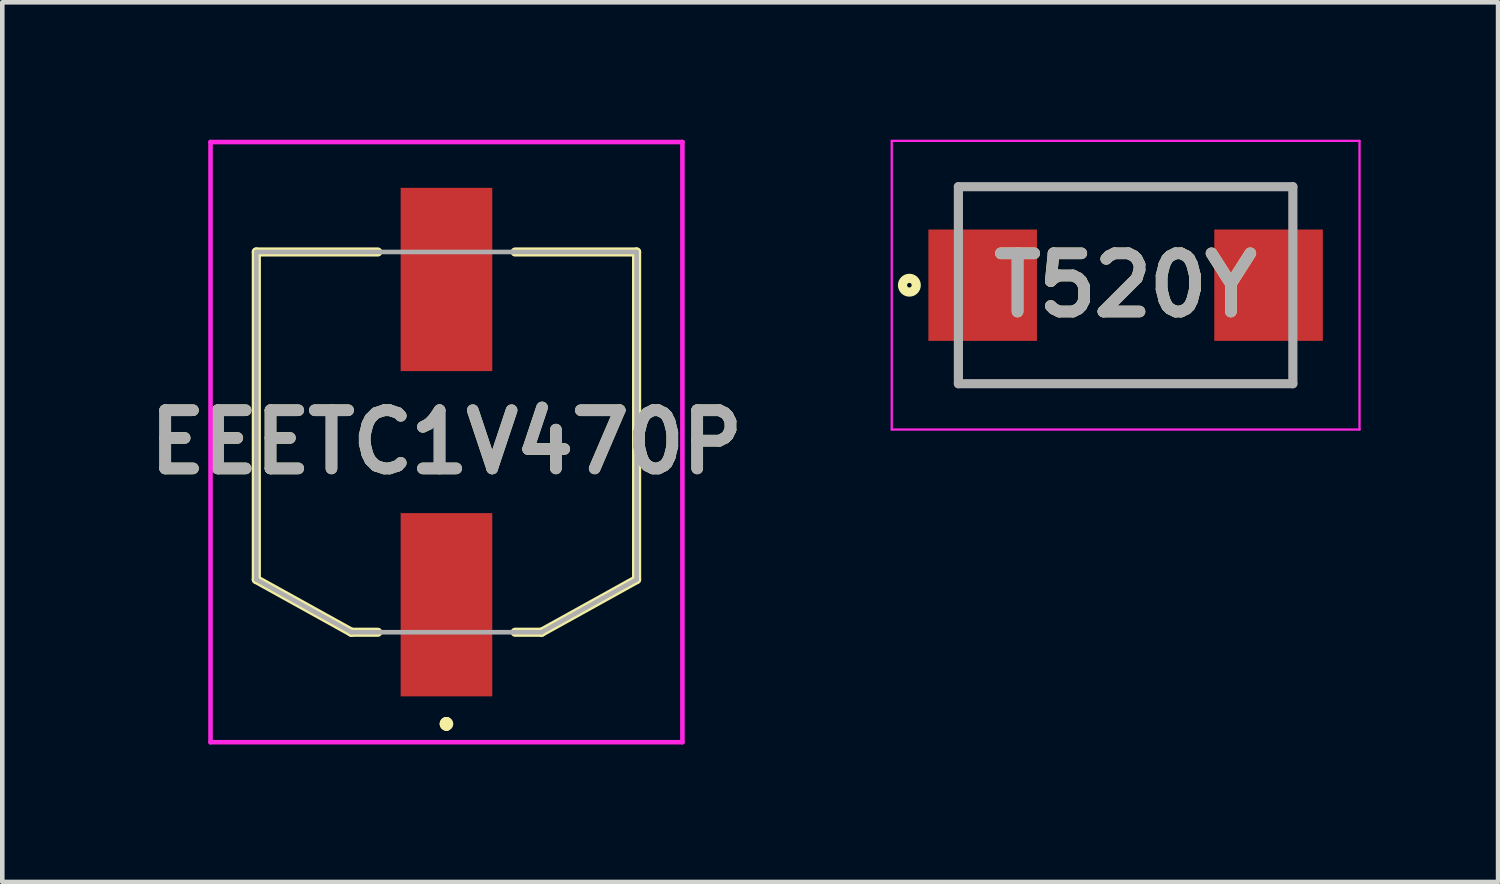
<source format=kicad_pcb>
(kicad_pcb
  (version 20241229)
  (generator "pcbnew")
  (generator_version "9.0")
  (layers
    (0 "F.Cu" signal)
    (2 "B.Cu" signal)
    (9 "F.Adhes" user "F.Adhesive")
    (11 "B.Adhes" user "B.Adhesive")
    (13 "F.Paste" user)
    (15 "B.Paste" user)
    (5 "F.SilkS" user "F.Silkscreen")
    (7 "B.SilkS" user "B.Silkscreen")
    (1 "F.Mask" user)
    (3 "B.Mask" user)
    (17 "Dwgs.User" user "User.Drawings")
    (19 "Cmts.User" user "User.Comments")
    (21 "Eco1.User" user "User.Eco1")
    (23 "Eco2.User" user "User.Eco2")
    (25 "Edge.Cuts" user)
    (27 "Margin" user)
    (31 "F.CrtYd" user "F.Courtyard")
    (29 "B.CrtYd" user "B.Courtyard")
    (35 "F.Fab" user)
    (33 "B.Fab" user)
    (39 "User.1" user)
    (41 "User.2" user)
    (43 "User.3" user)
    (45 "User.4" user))
  (footprint "T520Y"
    (layer "F.Cu")
    (at 21.519 3.175)
    (property "Reference" "T520Y" (at 0 0 0) (layer "F.SilkS") (effects (font (size 1.27 1.27) (thickness 0.254))))
    (attr smd)
    (fp_line (start -3.65 -2.15) (end 3.65 -2.15) (stroke (width 0.1) (type solid)) (layer "F.SilkS"))
    (fp_line (start 3.65 2.15) (end -3.65 2.15) (stroke (width 0.1) (type solid)) (layer "F.SilkS"))
    (fp_circle (center -4.72 0) (end -4.72 0.05) (stroke (width 0.2) (type solid)) (fill no) (layer "F.SilkS"))
    (fp_line (start -5.105 -3.15) (end 5.105 -3.15) (stroke (width 0.05) (type solid)) (layer "F.CrtYd"))
    (fp_line (start -5.105 3.15) (end -5.105 -3.15) (stroke (width 0.05) (type solid)) (layer "F.CrtYd"))
    (fp_line (start 5.105 -3.15) (end 5.105 3.15) (stroke (width 0.05) (type solid)) (layer "F.CrtYd"))
    (fp_line (start 5.105 3.15) (end -5.105 3.15) (stroke (width 0.05) (type solid)) (layer "F.CrtYd"))
    (fp_line (start -3.65 -2.15) (end 3.65 -2.15) (stroke (width 0.2) (type solid)) (layer "F.Fab"))
    (fp_line (start -3.65 2.15) (end -3.65 -2.15) (stroke (width 0.2) (type solid)) (layer "F.Fab"))
    (fp_line (start 3.65 -2.15) (end 3.65 2.15) (stroke (width 0.2) (type solid)) (layer "F.Fab"))
    (fp_line (start 3.65 2.15) (end -3.65 2.15) (stroke (width 0.2) (type solid)) (layer "F.Fab"))
    (fp_text user "${REFERENCE}" (at 0 0 0) (layer "F.Fab") (effects (font (size 1.27 1.27) (thickness 0.254))))
    (pad "1" smd rect (at -3.12 0) (size 2.37 2.43) (layers "F.Cu" "F.Mask" "F.Paste"))
    (pad "2" smd rect (at 3.12 0) (size 2.37 2.43) (layers "F.Cu" "F.Mask" "F.Paste")))
  (footprint "EEETC1V470P"
    (layer "F.Cu")
    (at 6.695 6.6)
    (property "Reference" "EEETC1V470P" (at 0 0 0) (layer "F.SilkS") (effects (font (size 1.27 1.27) (thickness 0.254))))
    (attr smd)
    (fp_line (start -4.15 -4.15) (end -1.5 -4.15) (stroke (width 0.2) (type solid)) (layer "F.SilkS"))
    (fp_line (start -4.15 3) (end -4.15 -4.15) (stroke (width 0.2) (type solid)) (layer "F.SilkS"))
    (fp_line (start -2.075 4.15) (end -4.15 3) (stroke (width 0.2) (type solid)) (layer "F.SilkS"))
    (fp_line (start -1.5 4.15) (end -2.075 4.15) (stroke (width 0.2) (type solid)) (layer "F.SilkS"))
    (fp_line (start 0 6.1) (end 0 6.1) (stroke (width 0.2) (type solid)) (layer "F.SilkS"))
    (fp_line (start 0 6.1) (end 0 6.1) (stroke (width 0.2) (type solid)) (layer "F.SilkS"))
    (fp_line (start 0 6.2) (end 0 6.2) (stroke (width 0.2) (type solid)) (layer "F.SilkS"))
    (fp_line (start 1.5 -4.15) (end 4.15 -4.15) (stroke (width 0.2) (type solid)) (layer "F.SilkS"))
    (fp_line (start 2.075 4.15) (end 1.5 4.15) (stroke (width 0.2) (type solid)) (layer "F.SilkS"))
    (fp_line (start 4.15 -4.15) (end 4.15 3) (stroke (width 0.2) (type solid)) (layer "F.SilkS"))
    (fp_line (start 4.15 3) (end 2.075 4.15) (stroke (width 0.2) (type solid)) (layer "F.SilkS"))
    (fp_arc (start 0 6.1) (mid 0.05 6.15) (end 0 6.2) (stroke (width 0.2) (type solid)) (layer "F.SilkS"))
    (fp_arc (start 0 6.2) (mid -0.05 6.15) (end 0 6.1) (stroke (width 0.2) (type solid)) (layer "F.SilkS"))
    (fp_arc (start 0 6.2) (mid -0.05 6.15) (end 0 6.1) (stroke (width 0.2) (type solid)) (layer "F.SilkS"))
    (fp_line (start -5.15 -6.55) (end 5.15 -6.55) (stroke (width 0.1) (type solid)) (layer "F.CrtYd"))
    (fp_line (start -5.15 6.55) (end -5.15 -6.55) (stroke (width 0.1) (type solid)) (layer "F.CrtYd"))
    (fp_line (start 5.15 -6.55) (end 5.15 6.55) (stroke (width 0.1) (type solid)) (layer "F.CrtYd"))
    (fp_line (start 5.15 6.55) (end -5.15 6.55) (stroke (width 0.1) (type solid)) (layer "F.CrtYd"))
    (fp_line (start -4.15 -4.15) (end 4.15 -4.15) (stroke (width 0.1) (type solid)) (layer "F.Fab"))
    (fp_line (start -4.15 3) (end -4.15 -4.15) (stroke (width 0.1) (type solid)) (layer "F.Fab"))
    (fp_line (start -2.075 4.15) (end -4.15 3) (stroke (width 0.1) (type solid)) (layer "F.Fab"))
    (fp_line (start 2.075 4.15) (end -2.075 4.15) (stroke (width 0.1) (type solid)) (layer "F.Fab"))
    (fp_line (start 4.15 -4.15) (end 4.15 3) (stroke (width 0.1) (type solid)) (layer "F.Fab"))
    (fp_line (start 4.15 3) (end 2.075 4.15) (stroke (width 0.1) (type solid)) (layer "F.Fab"))
    (fp_text user "${REFERENCE}" (at 0 0 0) (layer "F.Fab") (effects (font (size 1.27 1.27) (thickness 0.254))))
    (pad "1" smd rect (at 0 3.55) (size 2 4) (layers "F.Cu" "F.Mask" "F.Paste"))
    (pad "2" smd rect (at 0 -3.55) (size 2 4) (layers "F.Cu" "F.Mask" "F.Paste")))
  (gr_rect
    (start -3 -3)
    (end 29.649 16.2)
    (stroke (width 0.1) (type default))
    (fill no)
    (layer "Edge.Cuts")))
</source>
